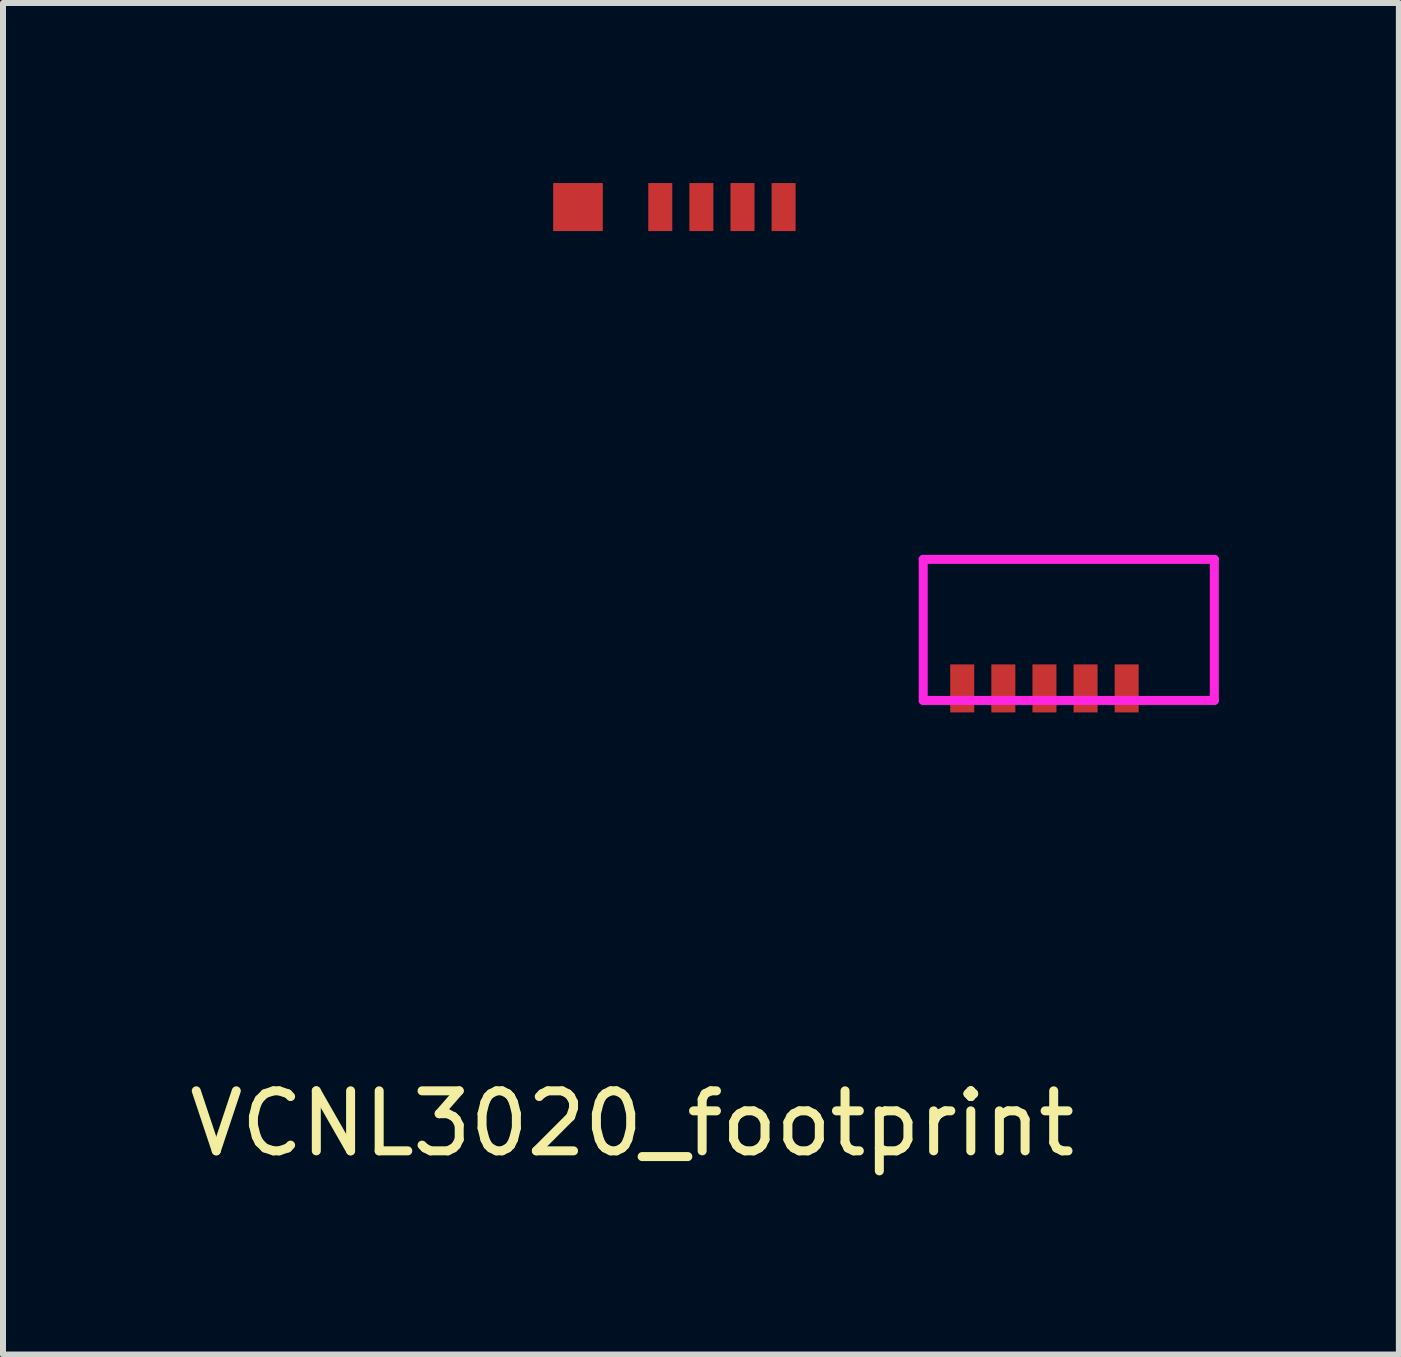
<source format=kicad_pcb>
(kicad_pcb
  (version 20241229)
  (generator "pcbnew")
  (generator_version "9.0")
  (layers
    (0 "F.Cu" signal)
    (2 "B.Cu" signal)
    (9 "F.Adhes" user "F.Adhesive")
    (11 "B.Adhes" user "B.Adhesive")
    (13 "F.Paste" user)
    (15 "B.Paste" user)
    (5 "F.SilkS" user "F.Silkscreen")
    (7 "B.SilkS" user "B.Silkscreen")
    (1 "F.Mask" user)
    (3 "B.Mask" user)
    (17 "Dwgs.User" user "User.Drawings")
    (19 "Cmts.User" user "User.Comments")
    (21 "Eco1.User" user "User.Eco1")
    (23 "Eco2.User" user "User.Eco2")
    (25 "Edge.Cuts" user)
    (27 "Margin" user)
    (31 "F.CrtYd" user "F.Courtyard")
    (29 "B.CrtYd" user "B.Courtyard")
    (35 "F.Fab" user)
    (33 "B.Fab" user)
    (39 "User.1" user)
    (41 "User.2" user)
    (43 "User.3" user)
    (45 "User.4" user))
  (footprint "VCNL3020_footprint"
    (layer "F.Cu")
    (at 12.332 8.62)
    (property "Reference" "VCNL3020_footprint" (at -4.85 7.05 0) (layer "F.SilkS") (effects (font (size 1 1) (thickness 0.15))))
    (attr through_hole)
    (fp_line (start 0 -2.35) (end 4.85 -2.35) (stroke (width 0.15) (type solid)) (layer "F.CrtYd"))
    (fp_line (start 0 0) (end 0 -2.35) (stroke (width 0.15) (type solid)) (layer "F.CrtYd"))
    (fp_line (start 4.85 -2.35) (end 4.85 0) (stroke (width 0.15) (type solid)) (layer "F.CrtYd"))
    (fp_line (start 4.85 0) (end 0 0) (stroke (width 0.15) (type solid)) (layer "F.CrtYd"))
    (pad "2" smd rect (at -5.752 -8.22) (size 0.827 0.8) (layers "F.Cu" "F.Mask" "F.Paste"))
    (pad "3" smd rect (at -4.381 -8.22) (size 0.4 0.8) (layers "F.Cu" "F.Mask" "F.Paste"))
    (pad "4" smd rect (at -3.696 -8.22) (size 0.4 0.8) (layers "F.Cu" "F.Mask" "F.Paste"))
    (pad "5" smd rect (at -3.011 -8.22) (size 0.4 0.8) (layers "F.Cu" "F.Mask" "F.Paste"))
    (pad "6" smd rect (at -2.326 -8.22) (size 0.4 0.8) (layers "F.Cu" "F.Mask" "F.Paste"))
    (pad "7" smd rect (at 0.65 -0.2) (size 0.4 0.8) (layers "F.Cu" "F.Mask" "F.Paste"))
    (pad "8" smd rect (at 1.335 -0.2) (size 0.4 0.8) (layers "F.Cu" "F.Mask" "F.Paste"))
    (pad "9" smd rect (at 2.02 -0.2) (size 0.4 0.8) (layers "F.Cu" "F.Mask" "F.Paste"))
    (pad "10" smd rect (at 2.705 -0.2) (size 0.4 0.8) (layers "F.Cu" "F.Mask" "F.Paste"))
    (pad "11" smd rect (at 3.39 -0.2) (size 0.4 0.8) (layers "F.Cu" "F.Mask" "F.Paste")))
  (gr_rect
    (start -3 -3)
    (end 20.257 19.518)
    (stroke (width 0.1) (type default))
    (fill no)
    (layer "Edge.Cuts")))
</source>
